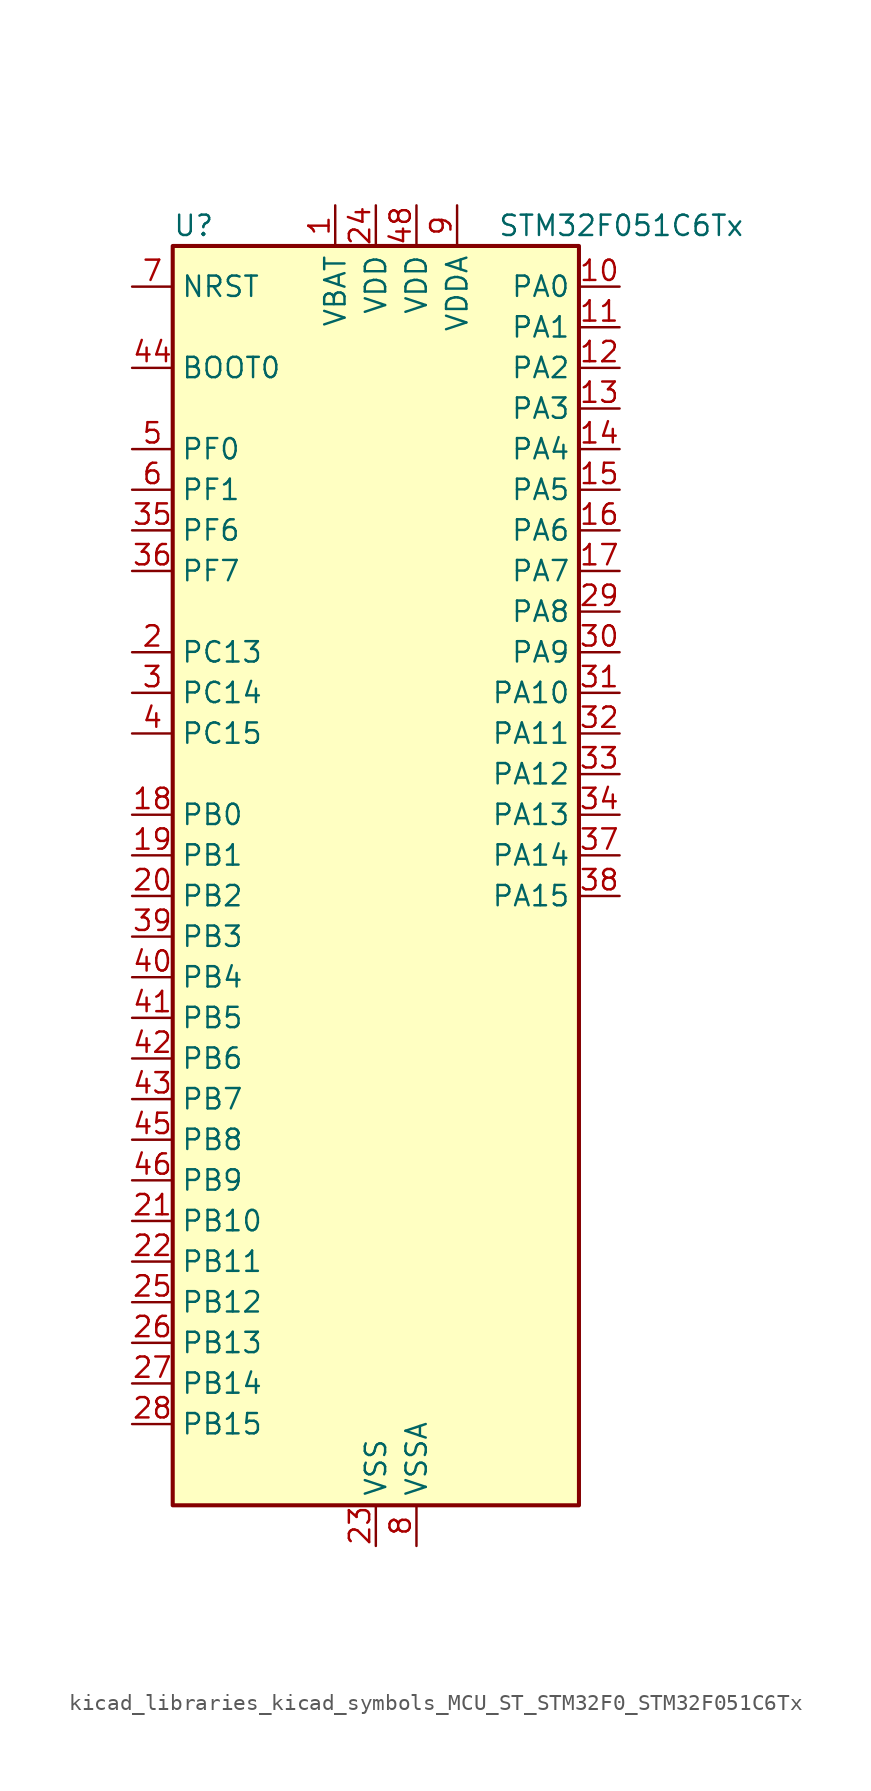
<source format=kicad_sym>
(kicad_symbol_lib
  (version 20220914)
  (generator kicad_symbol_editor)
  (symbol "kicad_libraries_kicad_symbols_MCU_ST_STM32F0_STM32F051C6Tx"
    (property "Reference" "U"
      (at -12.7 41.91 0)
      (effects (font (size 1.27 1.27)) (justify left)))
    (property "Value" "STM32F051C6Tx"
      (at 7.62 41.91 0)
      (effects (font (size 1.27 1.27)) (justify left)))
    (property "ki_locked" ""
      (at 0 0 0)
      (effects (font (size 1.27 1.27))))
    (symbol "kicad_libraries_kicad_symbols_MCU_ST_STM32F0_STM32F051C6Tx_0_1"
      (rectangle (start -12.7 -38.1) (end 12.7 40.64) (stroke (width 0.254) (type default)) (fill (type background))))
    (symbol "kicad_libraries_kicad_symbols_MCU_ST_STM32F0_STM32F051C6Tx_1_1"
      (pin power_in line (at -2.54 43.18 270) (length 2.54) (name "VBAT" (effects (font (size 1.27 1.27)))) (number "1" (effects (font (size 1.27 1.27)))))
      (pin bidirectional line (at 15.24 38.1 180) (length 2.54) (name "PA0" (effects (font (size 1.27 1.27)))) (number "10" (effects (font (size 1.27 1.27)))) (alternate "ADC_IN0" bidirectional line) (alternate "COMP1_INM" bidirectional line) (alternate "COMP1_OUT" bidirectional line) (alternate "RTC_TAMP2" bidirectional line) (alternate "SYS_WKUP1" bidirectional line) (alternate "TIM2_CH1" bidirectional line) (alternate "TIM2_ETR" bidirectional line) (alternate "TSC_G1_IO1" bidirectional line) (alternate "USART2_CTS" bidirectional line))
      (pin bidirectional line (at 15.24 35.56 180) (length 2.54) (name "PA1" (effects (font (size 1.27 1.27)))) (number "11" (effects (font (size 1.27 1.27)))) (alternate "ADC_IN1" bidirectional line) (alternate "COMP1_INP" bidirectional line) (alternate "TIM2_CH2" bidirectional line) (alternate "TSC_G1_IO2" bidirectional line) (alternate "USART2_DE" bidirectional line) (alternate "USART2_RTS" bidirectional line))
      (pin bidirectional line (at 15.24 33.02 180) (length 2.54) (name "PA2" (effects (font (size 1.27 1.27)))) (number "12" (effects (font (size 1.27 1.27)))) (alternate "ADC_IN2" bidirectional line) (alternate "COMP2_INM" bidirectional line) (alternate "COMP2_OUT" bidirectional line) (alternate "TIM15_CH1" bidirectional line) (alternate "TIM2_CH3" bidirectional line) (alternate "TSC_G1_IO3" bidirectional line) (alternate "USART2_TX" bidirectional line))
      (pin bidirectional line (at 15.24 30.48 180) (length 2.54) (name "PA3" (effects (font (size 1.27 1.27)))) (number "13" (effects (font (size 1.27 1.27)))) (alternate "ADC_IN3" bidirectional line) (alternate "COMP2_INP" bidirectional line) (alternate "TIM15_CH2" bidirectional line) (alternate "TIM2_CH4" bidirectional line) (alternate "TSC_G1_IO4" bidirectional line) (alternate "USART2_RX" bidirectional line))
      (pin bidirectional line (at 15.24 27.94 180) (length 2.54) (name "PA4" (effects (font (size 1.27 1.27)))) (number "14" (effects (font (size 1.27 1.27)))) (alternate "ADC_IN4" bidirectional line) (alternate "COMP1_INM" bidirectional line) (alternate "COMP2_INM" bidirectional line) (alternate "DAC1_OUT1" bidirectional line) (alternate "I2S1_WS" bidirectional line) (alternate "SPI1_NSS" bidirectional line) (alternate "TIM14_CH1" bidirectional line) (alternate "TSC_G2_IO1" bidirectional line) (alternate "USART2_CK" bidirectional line))
      (pin bidirectional line (at 15.24 25.4 180) (length 2.54) (name "PA5" (effects (font (size 1.27 1.27)))) (number "15" (effects (font (size 1.27 1.27)))) (alternate "ADC_IN5" bidirectional line) (alternate "CEC" bidirectional line) (alternate "COMP1_INM" bidirectional line) (alternate "COMP2_INM" bidirectional line) (alternate "I2S1_CK" bidirectional line) (alternate "SPI1_SCK" bidirectional line) (alternate "TIM2_CH1" bidirectional line) (alternate "TIM2_ETR" bidirectional line) (alternate "TSC_G2_IO2" bidirectional line))
      (pin bidirectional line (at 15.24 22.86 180) (length 2.54) (name "PA6" (effects (font (size 1.27 1.27)))) (number "16" (effects (font (size 1.27 1.27)))) (alternate "ADC_IN6" bidirectional line) (alternate "COMP1_OUT" bidirectional line) (alternate "I2S1_MCK" bidirectional line) (alternate "SPI1_MISO" bidirectional line) (alternate "TIM16_CH1" bidirectional line) (alternate "TIM1_BKIN" bidirectional line) (alternate "TIM3_CH1" bidirectional line) (alternate "TSC_G2_IO3" bidirectional line))
      (pin bidirectional line (at 15.24 20.32 180) (length 2.54) (name "PA7" (effects (font (size 1.27 1.27)))) (number "17" (effects (font (size 1.27 1.27)))) (alternate "ADC_IN7" bidirectional line) (alternate "COMP2_OUT" bidirectional line) (alternate "I2S1_SD" bidirectional line) (alternate "SPI1_MOSI" bidirectional line) (alternate "TIM14_CH1" bidirectional line) (alternate "TIM17_CH1" bidirectional line) (alternate "TIM1_CH1N" bidirectional line) (alternate "TIM3_CH2" bidirectional line) (alternate "TSC_G2_IO4" bidirectional line))
      (pin bidirectional line (at -15.24 5.08 0) (length 2.54) (name "PB0" (effects (font (size 1.27 1.27)))) (number "18" (effects (font (size 1.27 1.27)))) (alternate "ADC_IN8" bidirectional line) (alternate "TIM1_CH2N" bidirectional line) (alternate "TIM3_CH3" bidirectional line) (alternate "TSC_G3_IO2" bidirectional line))
      (pin bidirectional line (at -15.24 2.54 0) (length 2.54) (name "PB1" (effects (font (size 1.27 1.27)))) (number "19" (effects (font (size 1.27 1.27)))) (alternate "ADC_IN9" bidirectional line) (alternate "TIM14_CH1" bidirectional line) (alternate "TIM1_CH3N" bidirectional line) (alternate "TIM3_CH4" bidirectional line) (alternate "TSC_G3_IO3" bidirectional line))
      (pin bidirectional line (at -15.24 15.24 0) (length 2.54) (name "PC13" (effects (font (size 1.27 1.27)))) (number "2" (effects (font (size 1.27 1.27)))) (alternate "RTC_OUT_ALARM" bidirectional line) (alternate "RTC_OUT_CALIB" bidirectional line) (alternate "RTC_TAMP1" bidirectional line) (alternate "RTC_TS" bidirectional line) (alternate "SYS_WKUP2" bidirectional line))
      (pin bidirectional line (at -15.24 0 0) (length 2.54) (name "PB2" (effects (font (size 1.27 1.27)))) (number "20" (effects (font (size 1.27 1.27)))) (alternate "TSC_G3_IO4" bidirectional line))
      (pin bidirectional line (at -15.24 -20.32 0) (length 2.54) (name "PB10" (effects (font (size 1.27 1.27)))) (number "21" (effects (font (size 1.27 1.27)))) (alternate "CEC" bidirectional line) (alternate "TIM2_CH3" bidirectional line) (alternate "TSC_SYNC" bidirectional line))
      (pin bidirectional line (at -15.24 -22.86 0) (length 2.54) (name "PB11" (effects (font (size 1.27 1.27)))) (number "22" (effects (font (size 1.27 1.27)))) (alternate "TIM2_CH4" bidirectional line) (alternate "TSC_G6_IO1" bidirectional line))
      (pin power_in line (at 0 -40.64 90) (length 2.54) (name "VSS" (effects (font (size 1.27 1.27)))) (number "23" (effects (font (size 1.27 1.27)))))
      (pin power_in line (at 0 43.18 270) (length 2.54) (name "VDD" (effects (font (size 1.27 1.27)))) (number "24" (effects (font (size 1.27 1.27)))))
      (pin bidirectional line (at -15.24 -25.4 0) (length 2.54) (name "PB12" (effects (font (size 1.27 1.27)))) (number "25" (effects (font (size 1.27 1.27)))) (alternate "TIM1_BKIN" bidirectional line) (alternate "TSC_G6_IO2" bidirectional line))
      (pin bidirectional line (at -15.24 -27.94 0) (length 2.54) (name "PB13" (effects (font (size 1.27 1.27)))) (number "26" (effects (font (size 1.27 1.27)))) (alternate "TIM1_CH1N" bidirectional line) (alternate "TSC_G6_IO3" bidirectional line))
      (pin bidirectional line (at -15.24 -30.48 0) (length 2.54) (name "PB14" (effects (font (size 1.27 1.27)))) (number "27" (effects (font (size 1.27 1.27)))) (alternate "TIM15_CH1" bidirectional line) (alternate "TIM1_CH2N" bidirectional line) (alternate "TSC_G6_IO4" bidirectional line))
      (pin bidirectional line (at -15.24 -33.02 0) (length 2.54) (name "PB15" (effects (font (size 1.27 1.27)))) (number "28" (effects (font (size 1.27 1.27)))) (alternate "RTC_REFIN" bidirectional line) (alternate "TIM15_CH1N" bidirectional line) (alternate "TIM15_CH2" bidirectional line) (alternate "TIM1_CH3N" bidirectional line))
      (pin bidirectional line (at 15.24 17.78 180) (length 2.54) (name "PA8" (effects (font (size 1.27 1.27)))) (number "29" (effects (font (size 1.27 1.27)))) (alternate "RCC_MCO" bidirectional line) (alternate "TIM1_CH1" bidirectional line) (alternate "USART1_CK" bidirectional line))
      (pin bidirectional line (at -15.24 12.7 0) (length 2.54) (name "PC14" (effects (font (size 1.27 1.27)))) (number "3" (effects (font (size 1.27 1.27)))) (alternate "RCC_OSC32_IN" bidirectional line))
      (pin bidirectional line (at 15.24 15.24 180) (length 2.54) (name "PA9" (effects (font (size 1.27 1.27)))) (number "30" (effects (font (size 1.27 1.27)))) (alternate "DAC1_EXTI9" bidirectional line) (alternate "TIM15_BKIN" bidirectional line) (alternate "TIM1_CH2" bidirectional line) (alternate "TSC_G4_IO1" bidirectional line) (alternate "USART1_TX" bidirectional line))
      (pin bidirectional line (at 15.24 12.7 180) (length 2.54) (name "PA10" (effects (font (size 1.27 1.27)))) (number "31" (effects (font (size 1.27 1.27)))) (alternate "TIM17_BKIN" bidirectional line) (alternate "TIM1_CH3" bidirectional line) (alternate "TSC_G4_IO2" bidirectional line) (alternate "USART1_RX" bidirectional line))
      (pin bidirectional line (at 15.24 10.16 180) (length 2.54) (name "PA11" (effects (font (size 1.27 1.27)))) (number "32" (effects (font (size 1.27 1.27)))) (alternate "COMP1_OUT" bidirectional line) (alternate "TIM1_CH4" bidirectional line) (alternate "TSC_G4_IO3" bidirectional line) (alternate "USART1_CTS" bidirectional line))
      (pin bidirectional line (at 15.24 7.62 180) (length 2.54) (name "PA12" (effects (font (size 1.27 1.27)))) (number "33" (effects (font (size 1.27 1.27)))) (alternate "COMP2_OUT" bidirectional line) (alternate "TIM1_ETR" bidirectional line) (alternate "TSC_G4_IO4" bidirectional line) (alternate "USART1_DE" bidirectional line) (alternate "USART1_RTS" bidirectional line))
      (pin bidirectional line (at 15.24 5.08 180) (length 2.54) (name "PA13" (effects (font (size 1.27 1.27)))) (number "34" (effects (font (size 1.27 1.27)))) (alternate "IR_OUT" bidirectional line) (alternate "SYS_SWDIO" bidirectional line))
      (pin bidirectional line (at -15.24 22.86 0) (length 2.54) (name "PF6" (effects (font (size 1.27 1.27)))) (number "35" (effects (font (size 1.27 1.27)))))
      (pin bidirectional line (at -15.24 20.32 0) (length 2.54) (name "PF7" (effects (font (size 1.27 1.27)))) (number "36" (effects (font (size 1.27 1.27)))))
      (pin bidirectional line (at 15.24 2.54 180) (length 2.54) (name "PA14" (effects (font (size 1.27 1.27)))) (number "37" (effects (font (size 1.27 1.27)))) (alternate "SYS_SWCLK" bidirectional line) (alternate "USART2_TX" bidirectional line))
      (pin bidirectional line (at 15.24 0 180) (length 2.54) (name "PA15" (effects (font (size 1.27 1.27)))) (number "38" (effects (font (size 1.27 1.27)))) (alternate "I2S1_WS" bidirectional line) (alternate "SPI1_NSS" bidirectional line) (alternate "TIM2_CH1" bidirectional line) (alternate "TIM2_ETR" bidirectional line) (alternate "USART2_RX" bidirectional line))
      (pin bidirectional line (at -15.24 -2.54 0) (length 2.54) (name "PB3" (effects (font (size 1.27 1.27)))) (number "39" (effects (font (size 1.27 1.27)))) (alternate "I2S1_CK" bidirectional line) (alternate "SPI1_SCK" bidirectional line) (alternate "TIM2_CH2" bidirectional line) (alternate "TSC_G5_IO1" bidirectional line))
      (pin bidirectional line (at -15.24 10.16 0) (length 2.54) (name "PC15" (effects (font (size 1.27 1.27)))) (number "4" (effects (font (size 1.27 1.27)))) (alternate "RCC_OSC32_OUT" bidirectional line))
      (pin bidirectional line (at -15.24 -5.08 0) (length 2.54) (name "PB4" (effects (font (size 1.27 1.27)))) (number "40" (effects (font (size 1.27 1.27)))) (alternate "I2S1_MCK" bidirectional line) (alternate "SPI1_MISO" bidirectional line) (alternate "TIM3_CH1" bidirectional line) (alternate "TSC_G5_IO2" bidirectional line))
      (pin bidirectional line (at -15.24 -7.62 0) (length 2.54) (name "PB5" (effects (font (size 1.27 1.27)))) (number "41" (effects (font (size 1.27 1.27)))) (alternate "I2C1_SMBA" bidirectional line) (alternate "I2S1_SD" bidirectional line) (alternate "SPI1_MOSI" bidirectional line) (alternate "TIM16_BKIN" bidirectional line) (alternate "TIM3_CH2" bidirectional line))
      (pin bidirectional line (at -15.24 -10.16 0) (length 2.54) (name "PB6" (effects (font (size 1.27 1.27)))) (number "42" (effects (font (size 1.27 1.27)))) (alternate "I2C1_SCL" bidirectional line) (alternate "TIM16_CH1N" bidirectional line) (alternate "TSC_G5_IO3" bidirectional line) (alternate "USART1_TX" bidirectional line))
      (pin bidirectional line (at -15.24 -12.7 0) (length 2.54) (name "PB7" (effects (font (size 1.27 1.27)))) (number "43" (effects (font (size 1.27 1.27)))) (alternate "I2C1_SDA" bidirectional line) (alternate "TIM17_CH1N" bidirectional line) (alternate "TSC_G5_IO4" bidirectional line) (alternate "USART1_RX" bidirectional line))
      (pin input line (at -15.24 33.02 0) (length 2.54) (name "BOOT0" (effects (font (size 1.27 1.27)))) (number "44" (effects (font (size 1.27 1.27)))))
      (pin bidirectional line (at -15.24 -15.24 0) (length 2.54) (name "PB8" (effects (font (size 1.27 1.27)))) (number "45" (effects (font (size 1.27 1.27)))) (alternate "CEC" bidirectional line) (alternate "I2C1_SCL" bidirectional line) (alternate "TIM16_CH1" bidirectional line) (alternate "TSC_SYNC" bidirectional line))
      (pin bidirectional line (at -15.24 -17.78 0) (length 2.54) (name "PB9" (effects (font (size 1.27 1.27)))) (number "46" (effects (font (size 1.27 1.27)))) (alternate "DAC1_EXTI9" bidirectional line) (alternate "I2C1_SDA" bidirectional line) (alternate "IR_OUT" bidirectional line) (alternate "TIM17_CH1" bidirectional line))
      (pin passive line (at 0 -40.64 90) (length 2.54) hide (name "VSS" (effects (font (size 1.27 1.27)))) (number "47" (effects (font (size 1.27 1.27)))))
      (pin power_in line (at 2.54 43.18 270) (length 2.54) (name "VDD" (effects (font (size 1.27 1.27)))) (number "48" (effects (font (size 1.27 1.27)))))
      (pin bidirectional line (at -15.24 27.94 0) (length 2.54) (name "PF0" (effects (font (size 1.27 1.27)))) (number "5" (effects (font (size 1.27 1.27)))) (alternate "RCC_OSC_IN" bidirectional line))
      (pin bidirectional line (at -15.24 25.4 0) (length 2.54) (name "PF1" (effects (font (size 1.27 1.27)))) (number "6" (effects (font (size 1.27 1.27)))) (alternate "RCC_OSC_OUT" bidirectional line))
      (pin input line (at -15.24 38.1 0) (length 2.54) (name "NRST" (effects (font (size 1.27 1.27)))) (number "7" (effects (font (size 1.27 1.27)))))
      (pin power_in line (at 2.54 -40.64 90) (length 2.54) (name "VSSA" (effects (font (size 1.27 1.27)))) (number "8" (effects (font (size 1.27 1.27)))))
      (pin power_in line (at 5.08 43.18 270) (length 2.54) (name "VDDA" (effects (font (size 1.27 1.27)))) (number "9" (effects (font (size 1.27 1.27))))))))
</source>
